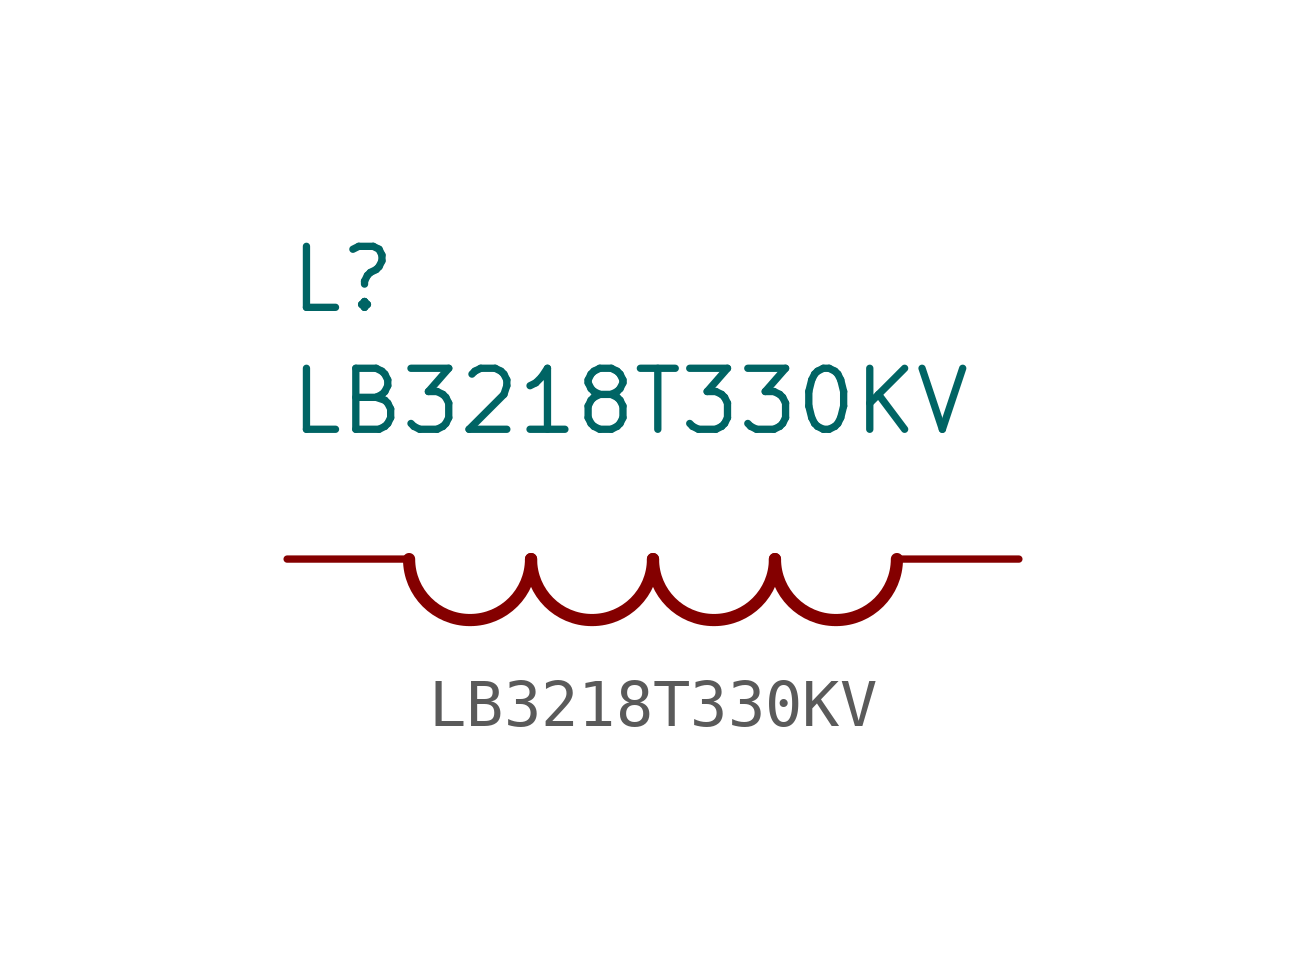
<source format=kicad_sym>
(kicad_symbol_lib
  (version 20220328)
  (generator kicad_symbol_editor)
  (symbol "LB3218T330KV"
    (pin_numbers hide)
    (pin_names
      (offset 1.016) hide)
    (property "Reference" "L"
      (at -7.62 5.08 0)
      (effects (font (size 1.27 1.27)) (justify left bottom)))
    (property "Value" "LB3218T330KV"
      (at -7.62 2.54 0)
      (effects (font (size 1.27 1.27)) (justify left bottom)))
    (property "ki_locked" ""
      (at 0 0 0)
      (effects (font (size 1.27 1.27))))
    (symbol "LB3218T330KV_0_0"
      (arc (start -5.08 0) (mid -3.81 -1.2645) (end -2.54 0) (stroke (width 0.254) (type solid)) (fill (type none)))
      (arc (start -2.54 0) (mid -1.27 -1.2645) (end 0 0) (stroke (width 0.254) (type solid)) (fill (type none)))
      (arc (start 0 0) (mid 1.27 -1.2645) (end 2.54 0) (stroke (width 0.254) (type solid)) (fill (type none)))
      (arc (start 2.54 0) (mid 3.81 -1.2645) (end 5.08 0) (stroke (width 0.254) (type solid)) (fill (type none)))
      (pin passive line (at -7.62 0 0) (length 2.54) (name "~" (effects (font (size 1.016 1.016)))) (number "1" (effects (font (size 1.016 1.016)))))
      (pin passive line (at 7.62 0 180) (length 2.54) (name "~" (effects (font (size 1.016 1.016)))) (number "2" (effects (font (size 1.016 1.016))))))))
</source>
